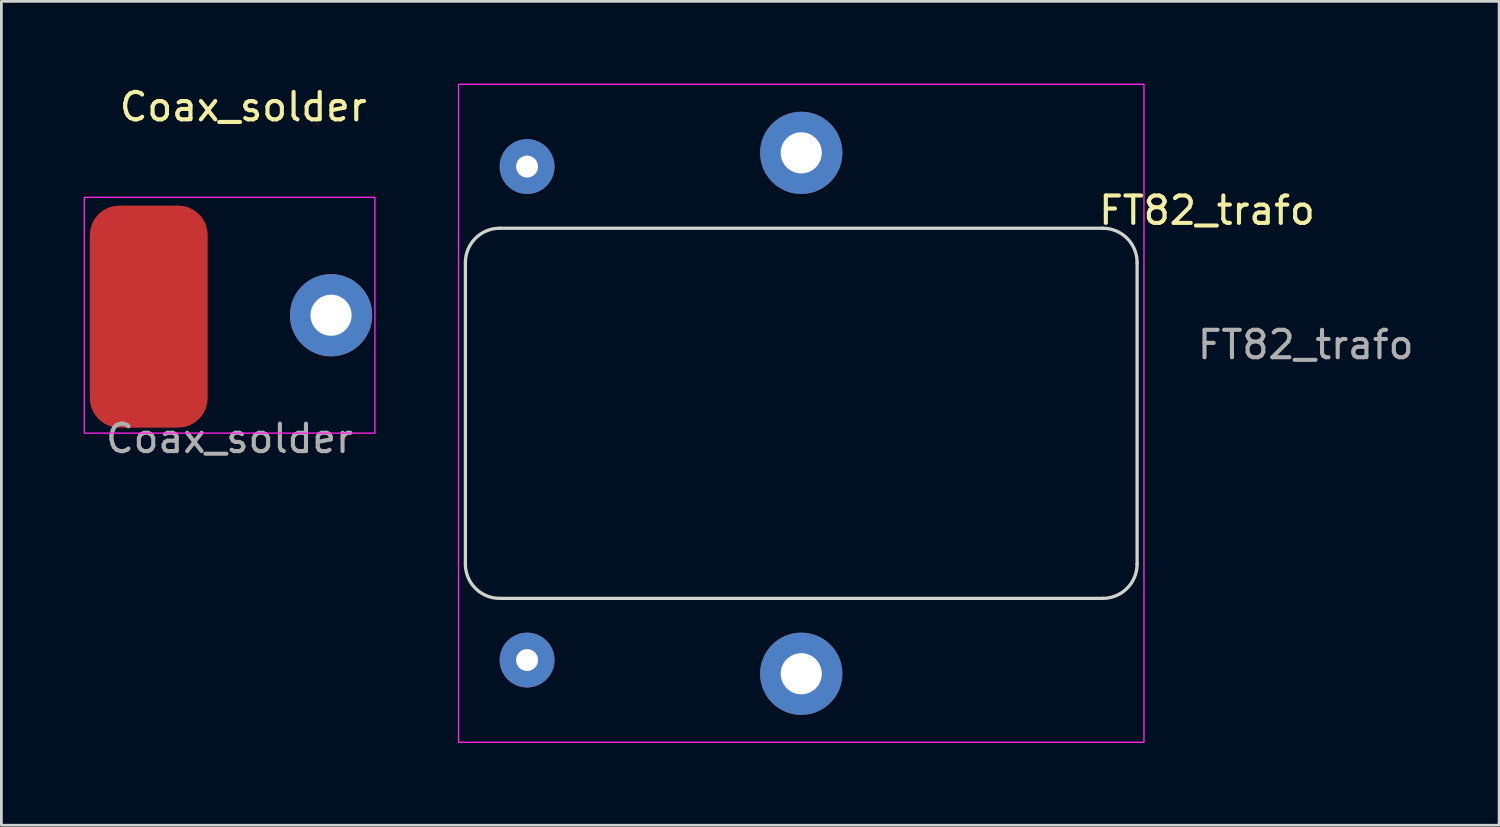
<source format=kicad_pcb>
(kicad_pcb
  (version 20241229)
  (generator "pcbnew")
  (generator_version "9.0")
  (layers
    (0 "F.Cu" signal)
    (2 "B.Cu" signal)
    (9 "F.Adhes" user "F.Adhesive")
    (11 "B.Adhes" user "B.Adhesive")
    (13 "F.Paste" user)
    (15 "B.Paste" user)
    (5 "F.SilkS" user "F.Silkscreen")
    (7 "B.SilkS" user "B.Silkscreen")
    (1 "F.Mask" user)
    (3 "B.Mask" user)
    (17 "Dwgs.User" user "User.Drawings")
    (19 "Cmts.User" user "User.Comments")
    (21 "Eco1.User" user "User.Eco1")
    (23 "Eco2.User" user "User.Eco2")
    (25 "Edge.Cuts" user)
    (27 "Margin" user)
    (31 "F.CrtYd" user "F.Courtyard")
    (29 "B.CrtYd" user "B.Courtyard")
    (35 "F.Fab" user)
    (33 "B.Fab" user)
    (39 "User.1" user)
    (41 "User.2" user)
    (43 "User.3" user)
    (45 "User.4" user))
  (footprint "FT82_trafo"
    (layer "F.Cu")
    (at 26.175 12.025)
    (property "Reference" "FT82_trafo" (at 14.8 -7.4 0) (unlocked yes) (layer "F.SilkS") (effects (font (size 1 1) (thickness 0.15))))
    (attr smd)
    (fp_line (start -12.25 -5.5) (end -12.25 5.5) (stroke (width 0.12) (type default)) (layer "Edge.Cuts"))
    (fp_line (start -11 6.75) (end 11 6.75) (stroke (width 0.12) (type default)) (layer "Edge.Cuts"))
    (fp_line (start 11 -6.75) (end -11 -6.75) (stroke (width 0.12) (type default)) (layer "Edge.Cuts"))
    (fp_line (start 12.25 5.5) (end 12.25 -5.5) (stroke (width 0.12) (type default)) (layer "Edge.Cuts"))
    (fp_arc (start -12.25 -5.5) (mid -11.883883 -6.383883) (end -11 -6.75) (stroke (width 0.12) (type default)) (layer "Edge.Cuts"))
    (fp_arc (start -11 6.75) (mid -11.883883 6.383883) (end -12.25 5.5) (stroke (width 0.12) (type default)) (layer "Edge.Cuts"))
    (fp_arc (start 11 -6.75) (mid 11.883883 -6.383883) (end 12.25 -5.5) (stroke (width 0.12) (type default)) (layer "Edge.Cuts"))
    (fp_arc (start 12.25 5.5) (mid 11.883883 6.383883) (end 11 6.75) (stroke (width 0.12) (type default)) (layer "Edge.Cuts"))
    (fp_rect (start -12.5 -12) (end 12.5 12) (stroke (width 0.05) (type default)) (fill no) (layer "F.CrtYd"))
    (fp_text user "${REFERENCE}" (at 18.4 -2.5 0) (unlocked yes) (layer "F.Fab") (effects (font (size 1 1) (thickness 0.15))))
    (pad "1" thru_hole circle (at 0 9.5) (size 3 3) (drill 1.5) (layers "*.Cu" "*.Mask"))
    (pad "2" thru_hole circle (at 0 -9.5) (size 3 3) (drill 1.5) (layers "*.Cu" "*.Mask"))
    (pad "3" thru_hole circle (at -10 -9) (size 2 2) (drill 0.8) (layers "*.Cu" "*.Mask"))
    (pad "4" thru_hole circle (at -10 9) (size 2 2) (drill 0.8) (layers "*.Cu" "*.Mask")))
  (footprint "Coax_solder"
    (layer "F.Cu")
    (at 5.325 8.448)
    (property "Reference" "Coax_solder" (at 0.5 -7.6 0) (unlocked yes) (layer "F.SilkS") (effects (font (size 1 1) (thickness 0.15))))
    (attr through_hole)
    (fp_rect (start -5.3 -4.3) (end 5.3 4.3) (stroke (width 0.05) (type default)) (fill no) (layer "F.CrtYd"))
    (fp_text user "${REFERENCE}" (at 0 4.5 0) (unlocked yes) (layer "F.Fab") (effects (font (size 1 1) (thickness 0.15))))
    (pad "1" thru_hole circle (at 3.7 0) (size 3 3) (drill 1.5) (layers "*.Cu" "*.Mask"))
    (pad "2" smd roundrect (at -2.95 0.05) (size 4.3 8.1) (layers "F.Cu" "F.Mask" "F.Paste") (roundrect_rratio 0.25)))
  (gr_rect
    (start -3 -3)
    (end 51.629 27.05)
    (stroke (width 0.1) (type default))
    (fill no)
    (layer "Edge.Cuts")))
</source>
